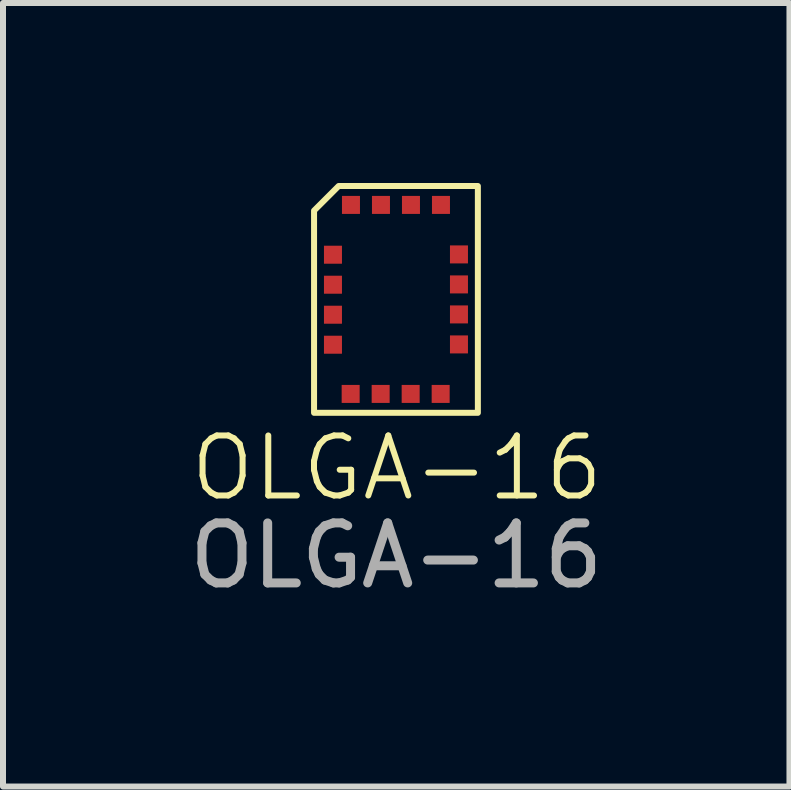
<source format=kicad_pcb>
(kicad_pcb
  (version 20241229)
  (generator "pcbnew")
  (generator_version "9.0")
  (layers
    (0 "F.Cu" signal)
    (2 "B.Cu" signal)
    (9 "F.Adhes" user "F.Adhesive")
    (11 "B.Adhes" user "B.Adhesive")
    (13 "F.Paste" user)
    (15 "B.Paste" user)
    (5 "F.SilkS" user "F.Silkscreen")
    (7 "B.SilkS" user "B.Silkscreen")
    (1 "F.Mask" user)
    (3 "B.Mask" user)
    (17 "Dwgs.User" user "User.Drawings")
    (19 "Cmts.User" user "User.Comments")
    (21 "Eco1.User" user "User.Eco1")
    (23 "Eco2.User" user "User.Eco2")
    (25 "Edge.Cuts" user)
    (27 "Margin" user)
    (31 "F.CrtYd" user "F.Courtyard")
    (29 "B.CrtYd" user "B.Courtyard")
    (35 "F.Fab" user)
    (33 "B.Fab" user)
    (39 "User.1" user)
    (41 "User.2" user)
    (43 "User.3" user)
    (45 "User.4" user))
  (footprint "OLGA-16"
    (layer "F.Cu")
    (at 3.554 1.945)
    (property "Reference" "OLGA-16" (at 0.01 2.805 0) (unlocked yes) (layer "F.SilkS") (effects (font (size 1 1) (thickness 0.1))))
    (attr smd)
    (fp_poly (pts (xy -0.96 -1.895) (xy 1.36 -1.895) (xy 1.36 1.885) (xy -1.37 1.885) (xy -1.37 -1.485)) (stroke (width 0.1) (type solid)) (fill no) (layer "F.SilkS"))
    (fp_text user "${REFERENCE}" (at 0 4.265 0) (unlocked yes) (layer "F.Fab") (effects (font (size 1 1) (thickness 0.15))))
    (pad "1" smd rect (at -0.755 -1.58) (size 0.3 0.3) (layers "F.Cu" "F.Mask" "F.Paste"))
    (pad "2" smd rect (at -0.255 -1.58) (size 0.3 0.3) (layers "F.Cu" "F.Mask" "F.Paste"))
    (pad "3" smd rect (at 0.245 -1.58) (size 0.3 0.3) (layers "F.Cu" "F.Mask" "F.Paste"))
    (pad "4" smd rect (at 0.745 -1.58) (size 0.3 0.3) (layers "F.Cu" "F.Mask" "F.Paste"))
    (pad "5" smd rect (at 1.045 -0.755) (size 0.3 0.3) (layers "F.Cu" "F.Mask" "F.Paste"))
    (pad "6" smd rect (at 1.045 -0.255) (size 0.3 0.3) (layers "F.Cu" "F.Mask" "F.Paste"))
    (pad "7" smd rect (at 1.045 0.245) (size 0.3 0.3) (layers "F.Cu" "F.Mask" "F.Paste"))
    (pad "8" smd rect (at 1.045 0.745) (size 0.3 0.3) (layers "F.Cu" "F.Mask" "F.Paste"))
    (pad "9" smd rect (at 0.74 1.57) (size 0.3 0.3) (layers "F.Cu" "F.Mask" "F.Paste"))
    (pad "10" smd rect (at 0.24 1.57) (size 0.3 0.3) (layers "F.Cu" "F.Mask" "F.Paste"))
    (pad "11" smd rect (at -0.26 1.57) (size 0.3 0.3) (layers "F.Cu" "F.Mask" "F.Paste"))
    (pad "12" smd rect (at -0.76 1.57) (size 0.3 0.3) (layers "F.Cu" "F.Mask" "F.Paste"))
    (pad "13" smd rect (at -1.055 0.75) (size 0.3 0.3) (layers "F.Cu" "F.Mask" "F.Paste"))
    (pad "14" smd rect (at -1.055 0.25) (size 0.3 0.3) (layers "F.Cu" "F.Mask" "F.Paste"))
    (pad "15" smd rect (at -1.055 -0.25) (size 0.3 0.3) (layers "F.Cu" "F.Mask" "F.Paste"))
    (pad "16" smd rect (at -1.055 -0.75) (size 0.3 0.3) (layers "F.Cu" "F.Mask" "F.Paste")))
  (gr_rect
    (start -3 -3)
    (end 10.107 10.058)
    (stroke (width 0.1) (type default))
    (fill no)
    (layer "Edge.Cuts")))
</source>
